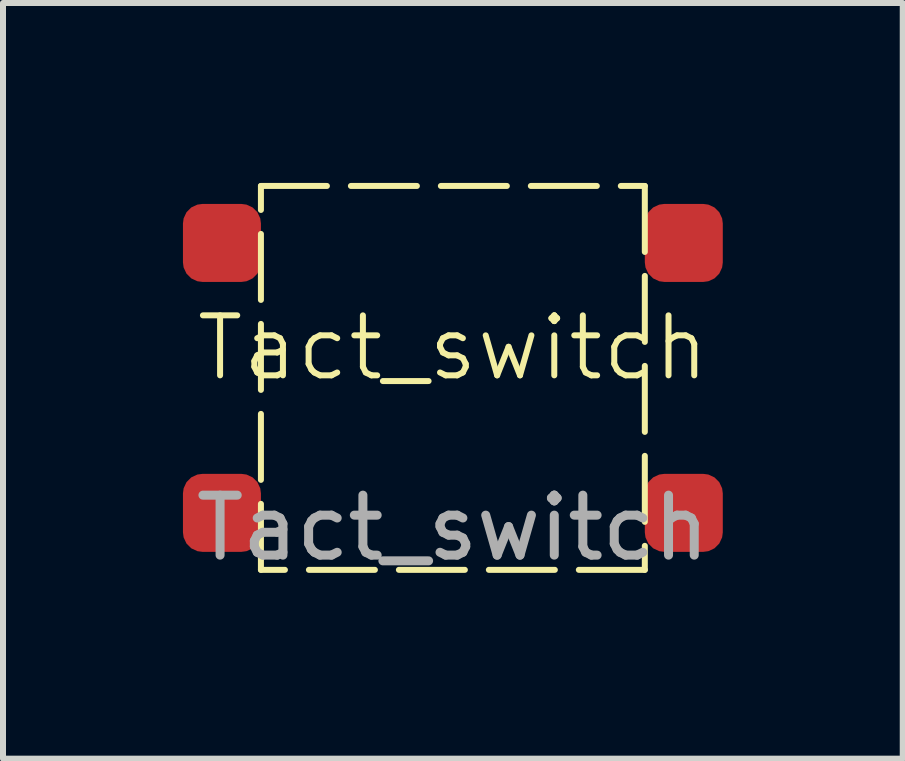
<source format=kicad_pcb>
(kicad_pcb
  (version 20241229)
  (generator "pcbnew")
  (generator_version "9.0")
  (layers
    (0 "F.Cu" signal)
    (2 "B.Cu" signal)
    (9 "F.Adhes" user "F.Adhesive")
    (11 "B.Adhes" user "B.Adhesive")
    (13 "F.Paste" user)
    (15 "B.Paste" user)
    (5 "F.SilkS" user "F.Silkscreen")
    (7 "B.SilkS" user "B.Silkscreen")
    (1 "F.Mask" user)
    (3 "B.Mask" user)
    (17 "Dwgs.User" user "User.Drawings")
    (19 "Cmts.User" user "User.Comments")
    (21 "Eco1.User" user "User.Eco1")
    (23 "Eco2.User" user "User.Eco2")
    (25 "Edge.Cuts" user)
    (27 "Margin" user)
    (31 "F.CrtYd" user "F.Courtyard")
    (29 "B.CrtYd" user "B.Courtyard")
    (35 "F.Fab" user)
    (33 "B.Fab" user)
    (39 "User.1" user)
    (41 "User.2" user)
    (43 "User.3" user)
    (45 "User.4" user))
  (footprint "Tact_switch"
    (layer "F.Cu")
    (at 4.5 3.25)
    (property "Reference" "Tact_switch" (at 0 -0.5 0) (unlocked yes) (layer "F.SilkS") (effects (font (size 1 1) (thickness 0.1))))
    (attr smd)
    (fp_rect (start -3.2 -3.2) (end 3.2 3.2) (stroke (width 0.1) (type dash)) (fill no) (layer "F.SilkS"))
    (fp_text user "${REFERENCE}" (at 0 2.5 0) (unlocked yes) (layer "F.Fab") (effects (font (size 1 1) (thickness 0.15))))
    (pad "1" smd roundrect (at -3.85 -2.25) (size 1.3 1.3) (layers "F.Cu" "F.Mask" "F.Paste") (roundrect_rratio 0.25))
    (pad "2" smd roundrect (at -3.85 2.25) (size 1.3 1.3) (layers "F.Cu" "F.Mask" "F.Paste") (roundrect_rratio 0.25))
    (pad "3" smd roundrect (at 3.85 -2.25) (size 1.3 1.3) (layers "F.Cu" "F.Mask" "F.Paste") (roundrect_rratio 0.25))
    (pad "4" smd roundrect (at 3.85 2.25) (size 1.3 1.3) (layers "F.Cu" "F.Mask" "F.Paste") (roundrect_rratio 0.25)))
  (gr_rect
    (start -3 -3)
    (end 12 9.598)
    (stroke (width 0.1) (type default))
    (fill no)
    (layer "Edge.Cuts")))
</source>
